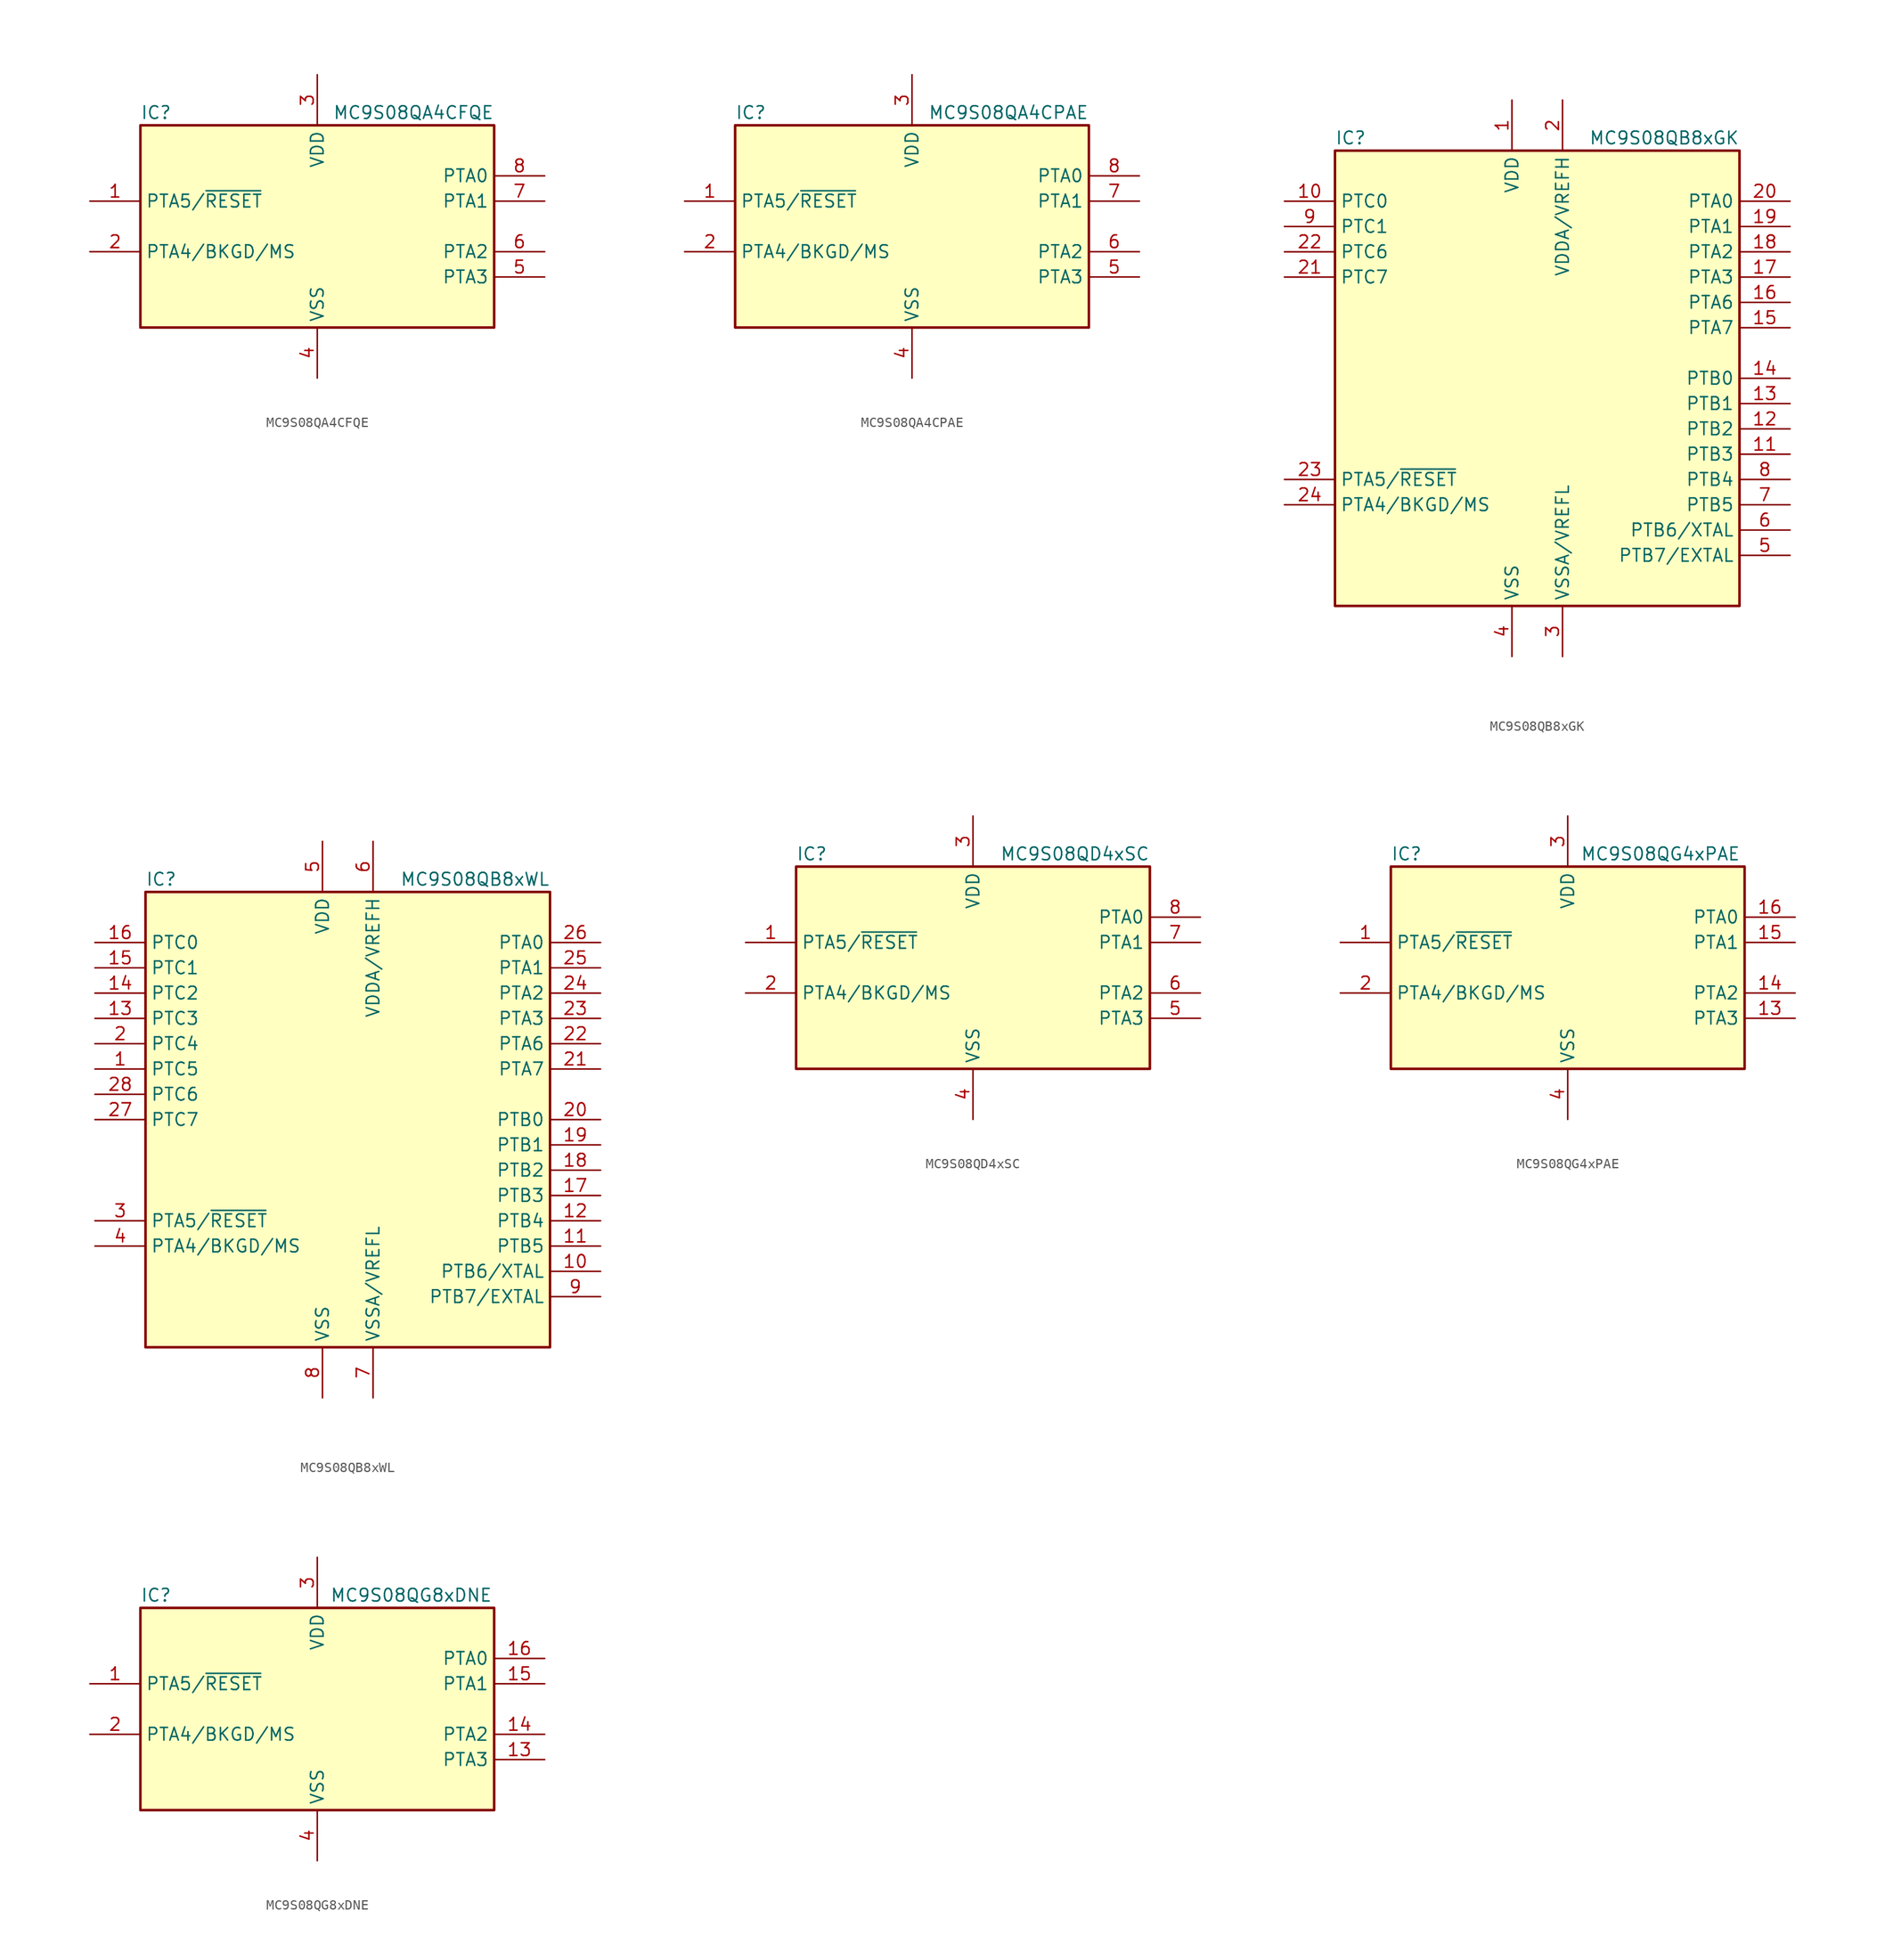
<source format=kicad_sym>
(kicad_symbol_lib
  (version 20211014)
  (generator kicad_symbol_editor)
  (symbol "MC9S08QA4CFQE"
    (property "Reference" "IC"
      (at -17.78 11.43 0)
      (effects (font (size 1.27 1.27)) (justify left)))
    (property "Value" "MC9S08QA4CFQE"
      (at 17.78 11.43 0)
      (effects (font (size 1.27 1.27)) (justify right)))
    (symbol "MC9S08QA4CFQE_0_1"
      (rectangle (start -17.78 10.16) (end 17.78 -10.16) (stroke (width 0.254) (type default) (color 0 0 0 0)) (fill (type background))))
    (symbol "MC9S08QA4CFQE_1_1"
      (pin bidirectional line (at -22.86 2.54 0) (length 5.08) (name "PTA5/~{RESET}" (effects (font (size 1.27 1.27)))) (number "1" (effects (font (size 1.27 1.27)))))
      (pin bidirectional line (at -22.86 -2.54 0) (length 5.08) (name "PTA4/BKGD/MS" (effects (font (size 1.27 1.27)))) (number "2" (effects (font (size 1.27 1.27)))))
      (pin power_in line (at 0 15.24 270) (length 5.08) (name "VDD" (effects (font (size 1.27 1.27)))) (number "3" (effects (font (size 1.27 1.27)))))
      (pin power_in line (at 0 -15.24 90) (length 5.08) (name "VSS" (effects (font (size 1.27 1.27)))) (number "4" (effects (font (size 1.27 1.27)))))
      (pin bidirectional line (at 22.86 -5.08 180) (length 5.08) (name "PTA3" (effects (font (size 1.27 1.27)))) (number "5" (effects (font (size 1.27 1.27)))))
      (pin bidirectional line (at 22.86 -2.54 180) (length 5.08) (name "PTA2" (effects (font (size 1.27 1.27)))) (number "6" (effects (font (size 1.27 1.27)))))
      (pin bidirectional line (at 22.86 2.54 180) (length 5.08) (name "PTA1" (effects (font (size 1.27 1.27)))) (number "7" (effects (font (size 1.27 1.27)))))
      (pin bidirectional line (at 22.86 5.08 180) (length 5.08) (name "PTA0" (effects (font (size 1.27 1.27)))) (number "8" (effects (font (size 1.27 1.27)))))))
  (symbol "MC9S08QA4CPAE"
    (property "Reference" "IC"
      (at -17.78 11.43 0)
      (effects (font (size 1.27 1.27)) (justify left)))
    (property "Value" "MC9S08QA4CPAE"
      (at 17.78 11.43 0)
      (effects (font (size 1.27 1.27)) (justify right)))
    (symbol "MC9S08QA4CPAE_0_1"
      (rectangle (start -17.78 10.16) (end 17.78 -10.16) (stroke (width 0.254) (type default) (color 0 0 0 0)) (fill (type background))))
    (symbol "MC9S08QA4CPAE_1_1"
      (pin bidirectional line (at -22.86 2.54 0) (length 5.08) (name "PTA5/~{RESET}" (effects (font (size 1.27 1.27)))) (number "1" (effects (font (size 1.27 1.27)))))
      (pin bidirectional line (at -22.86 -2.54 0) (length 5.08) (name "PTA4/BKGD/MS" (effects (font (size 1.27 1.27)))) (number "2" (effects (font (size 1.27 1.27)))))
      (pin power_in line (at 0 15.24 270) (length 5.08) (name "VDD" (effects (font (size 1.27 1.27)))) (number "3" (effects (font (size 1.27 1.27)))))
      (pin power_in line (at 0 -15.24 90) (length 5.08) (name "VSS" (effects (font (size 1.27 1.27)))) (number "4" (effects (font (size 1.27 1.27)))))
      (pin bidirectional line (at 22.86 -5.08 180) (length 5.08) (name "PTA3" (effects (font (size 1.27 1.27)))) (number "5" (effects (font (size 1.27 1.27)))))
      (pin bidirectional line (at 22.86 -2.54 180) (length 5.08) (name "PTA2" (effects (font (size 1.27 1.27)))) (number "6" (effects (font (size 1.27 1.27)))))
      (pin bidirectional line (at 22.86 2.54 180) (length 5.08) (name "PTA1" (effects (font (size 1.27 1.27)))) (number "7" (effects (font (size 1.27 1.27)))))
      (pin bidirectional line (at 22.86 5.08 180) (length 5.08) (name "PTA0" (effects (font (size 1.27 1.27)))) (number "8" (effects (font (size 1.27 1.27)))))))
  (symbol "MC9S08QB8xGK"
    (property "Reference" "IC"
      (at -20.32 24.13 0)
      (effects (font (size 1.27 1.27)) (justify left)))
    (property "Value" "MC9S08QB8xGK"
      (at 20.32 24.13 0)
      (effects (font (size 1.27 1.27)) (justify right)))
    (symbol "MC9S08QB8xGK_0_1"
      (rectangle (start -20.32 22.86) (end 20.32 -22.86) (stroke (width 0.254) (type default) (color 0 0 0 0)) (fill (type background))))
    (symbol "MC9S08QB8xGK_1_1"
      (pin power_in line (at -2.54 27.94 270) (length 5.08) (name "VDD" (effects (font (size 1.27 1.27)))) (number "1" (effects (font (size 1.27 1.27)))))
      (pin bidirectional line (at -25.4 17.78 0) (length 5.08) (name "PTC0" (effects (font (size 1.27 1.27)))) (number "10" (effects (font (size 1.27 1.27)))))
      (pin bidirectional line (at 25.4 -7.62 180) (length 5.08) (name "PTB3" (effects (font (size 1.27 1.27)))) (number "11" (effects (font (size 1.27 1.27)))))
      (pin bidirectional line (at 25.4 -5.08 180) (length 5.08) (name "PTB2" (effects (font (size 1.27 1.27)))) (number "12" (effects (font (size 1.27 1.27)))))
      (pin bidirectional line (at 25.4 -2.54 180) (length 5.08) (name "PTB1" (effects (font (size 1.27 1.27)))) (number "13" (effects (font (size 1.27 1.27)))))
      (pin bidirectional line (at 25.4 0 180) (length 5.08) (name "PTB0" (effects (font (size 1.27 1.27)))) (number "14" (effects (font (size 1.27 1.27)))))
      (pin bidirectional line (at 25.4 5.08 180) (length 5.08) (name "PTA7" (effects (font (size 1.27 1.27)))) (number "15" (effects (font (size 1.27 1.27)))))
      (pin bidirectional line (at 25.4 7.62 180) (length 5.08) (name "PTA6" (effects (font (size 1.27 1.27)))) (number "16" (effects (font (size 1.27 1.27)))))
      (pin bidirectional line (at 25.4 10.16 180) (length 5.08) (name "PTA3" (effects (font (size 1.27 1.27)))) (number "17" (effects (font (size 1.27 1.27)))))
      (pin bidirectional line (at 25.4 12.7 180) (length 5.08) (name "PTA2" (effects (font (size 1.27 1.27)))) (number "18" (effects (font (size 1.27 1.27)))))
      (pin bidirectional line (at 25.4 15.24 180) (length 5.08) (name "PTA1" (effects (font (size 1.27 1.27)))) (number "19" (effects (font (size 1.27 1.27)))))
      (pin power_in line (at 2.54 27.94 270) (length 5.08) (name "VDDA/VREFH" (effects (font (size 1.27 1.27)))) (number "2" (effects (font (size 1.27 1.27)))))
      (pin bidirectional line (at 25.4 17.78 180) (length 5.08) (name "PTA0" (effects (font (size 1.27 1.27)))) (number "20" (effects (font (size 1.27 1.27)))))
      (pin bidirectional line (at -25.4 10.16 0) (length 5.08) (name "PTC7" (effects (font (size 1.27 1.27)))) (number "21" (effects (font (size 1.27 1.27)))))
      (pin bidirectional line (at -25.4 12.7 0) (length 5.08) (name "PTC6" (effects (font (size 1.27 1.27)))) (number "22" (effects (font (size 1.27 1.27)))))
      (pin bidirectional line (at -25.4 -10.16 0) (length 5.08) (name "PTA5/~{RESET}" (effects (font (size 1.27 1.27)))) (number "23" (effects (font (size 1.27 1.27)))))
      (pin bidirectional line (at -25.4 -12.7 0) (length 5.08) (name "PTA4/BKGD/MS" (effects (font (size 1.27 1.27)))) (number "24" (effects (font (size 1.27 1.27)))))
      (pin power_in line (at 2.54 -27.94 90) (length 5.08) (name "VSSA/VREFL" (effects (font (size 1.27 1.27)))) (number "3" (effects (font (size 1.27 1.27)))))
      (pin power_in line (at -2.54 -27.94 90) (length 5.08) (name "VSS" (effects (font (size 1.27 1.27)))) (number "4" (effects (font (size 1.27 1.27)))))
      (pin bidirectional line (at 25.4 -17.78 180) (length 5.08) (name "PTB7/EXTAL" (effects (font (size 1.27 1.27)))) (number "5" (effects (font (size 1.27 1.27)))))
      (pin bidirectional line (at 25.4 -15.24 180) (length 5.08) (name "PTB6/XTAL" (effects (font (size 1.27 1.27)))) (number "6" (effects (font (size 1.27 1.27)))))
      (pin bidirectional line (at 25.4 -12.7 180) (length 5.08) (name "PTB5" (effects (font (size 1.27 1.27)))) (number "7" (effects (font (size 1.27 1.27)))))
      (pin bidirectional line (at 25.4 -10.16 180) (length 5.08) (name "PTB4" (effects (font (size 1.27 1.27)))) (number "8" (effects (font (size 1.27 1.27)))))
      (pin bidirectional line (at -25.4 15.24 0) (length 5.08) (name "PTC1" (effects (font (size 1.27 1.27)))) (number "9" (effects (font (size 1.27 1.27)))))))
  (symbol "MC9S08QB8xWL"
    (property "Reference" "IC"
      (at -20.32 24.13 0)
      (effects (font (size 1.27 1.27)) (justify left)))
    (property "Value" "MC9S08QB8xWL"
      (at 20.32 24.13 0)
      (effects (font (size 1.27 1.27)) (justify right)))
    (symbol "MC9S08QB8xWL_0_1"
      (rectangle (start -20.32 22.86) (end 20.32 -22.86) (stroke (width 0.254) (type default) (color 0 0 0 0)) (fill (type background))))
    (symbol "MC9S08QB8xWL_1_1"
      (pin bidirectional line (at -25.4 5.08 0) (length 5.08) (name "PTC5" (effects (font (size 1.27 1.27)))) (number "1" (effects (font (size 1.27 1.27)))))
      (pin bidirectional line (at 25.4 -15.24 180) (length 5.08) (name "PTB6/XTAL" (effects (font (size 1.27 1.27)))) (number "10" (effects (font (size 1.27 1.27)))))
      (pin bidirectional line (at 25.4 -12.7 180) (length 5.08) (name "PTB5" (effects (font (size 1.27 1.27)))) (number "11" (effects (font (size 1.27 1.27)))))
      (pin bidirectional line (at 25.4 -10.16 180) (length 5.08) (name "PTB4" (effects (font (size 1.27 1.27)))) (number "12" (effects (font (size 1.27 1.27)))))
      (pin bidirectional line (at -25.4 10.16 0) (length 5.08) (name "PTC3" (effects (font (size 1.27 1.27)))) (number "13" (effects (font (size 1.27 1.27)))))
      (pin bidirectional line (at -25.4 12.7 0) (length 5.08) (name "PTC2" (effects (font (size 1.27 1.27)))) (number "14" (effects (font (size 1.27 1.27)))))
      (pin bidirectional line (at -25.4 15.24 0) (length 5.08) (name "PTC1" (effects (font (size 1.27 1.27)))) (number "15" (effects (font (size 1.27 1.27)))))
      (pin bidirectional line (at -25.4 17.78 0) (length 5.08) (name "PTC0" (effects (font (size 1.27 1.27)))) (number "16" (effects (font (size 1.27 1.27)))))
      (pin bidirectional line (at 25.4 -7.62 180) (length 5.08) (name "PTB3" (effects (font (size 1.27 1.27)))) (number "17" (effects (font (size 1.27 1.27)))))
      (pin bidirectional line (at 25.4 -5.08 180) (length 5.08) (name "PTB2" (effects (font (size 1.27 1.27)))) (number "18" (effects (font (size 1.27 1.27)))))
      (pin bidirectional line (at 25.4 -2.54 180) (length 5.08) (name "PTB1" (effects (font (size 1.27 1.27)))) (number "19" (effects (font (size 1.27 1.27)))))
      (pin bidirectional line (at -25.4 7.62 0) (length 5.08) (name "PTC4" (effects (font (size 1.27 1.27)))) (number "2" (effects (font (size 1.27 1.27)))))
      (pin bidirectional line (at 25.4 0 180) (length 5.08) (name "PTB0" (effects (font (size 1.27 1.27)))) (number "20" (effects (font (size 1.27 1.27)))))
      (pin bidirectional line (at 25.4 5.08 180) (length 5.08) (name "PTA7" (effects (font (size 1.27 1.27)))) (number "21" (effects (font (size 1.27 1.27)))))
      (pin bidirectional line (at 25.4 7.62 180) (length 5.08) (name "PTA6" (effects (font (size 1.27 1.27)))) (number "22" (effects (font (size 1.27 1.27)))))
      (pin bidirectional line (at 25.4 10.16 180) (length 5.08) (name "PTA3" (effects (font (size 1.27 1.27)))) (number "23" (effects (font (size 1.27 1.27)))))
      (pin bidirectional line (at 25.4 12.7 180) (length 5.08) (name "PTA2" (effects (font (size 1.27 1.27)))) (number "24" (effects (font (size 1.27 1.27)))))
      (pin bidirectional line (at 25.4 15.24 180) (length 5.08) (name "PTA1" (effects (font (size 1.27 1.27)))) (number "25" (effects (font (size 1.27 1.27)))))
      (pin bidirectional line (at 25.4 17.78 180) (length 5.08) (name "PTA0" (effects (font (size 1.27 1.27)))) (number "26" (effects (font (size 1.27 1.27)))))
      (pin bidirectional line (at -25.4 0 0) (length 5.08) (name "PTC7" (effects (font (size 1.27 1.27)))) (number "27" (effects (font (size 1.27 1.27)))))
      (pin bidirectional line (at -25.4 2.54 0) (length 5.08) (name "PTC6" (effects (font (size 1.27 1.27)))) (number "28" (effects (font (size 1.27 1.27)))))
      (pin bidirectional line (at -25.4 -10.16 0) (length 5.08) (name "PTA5/~{RESET}" (effects (font (size 1.27 1.27)))) (number "3" (effects (font (size 1.27 1.27)))))
      (pin bidirectional line (at -25.4 -12.7 0) (length 5.08) (name "PTA4/BKGD/MS" (effects (font (size 1.27 1.27)))) (number "4" (effects (font (size 1.27 1.27)))))
      (pin power_in line (at -2.54 27.94 270) (length 5.08) (name "VDD" (effects (font (size 1.27 1.27)))) (number "5" (effects (font (size 1.27 1.27)))))
      (pin power_in line (at 2.54 27.94 270) (length 5.08) (name "VDDA/VREFH" (effects (font (size 1.27 1.27)))) (number "6" (effects (font (size 1.27 1.27)))))
      (pin power_in line (at 2.54 -27.94 90) (length 5.08) (name "VSSA/VREFL" (effects (font (size 1.27 1.27)))) (number "7" (effects (font (size 1.27 1.27)))))
      (pin power_in line (at -2.54 -27.94 90) (length 5.08) (name "VSS" (effects (font (size 1.27 1.27)))) (number "8" (effects (font (size 1.27 1.27)))))
      (pin bidirectional line (at 25.4 -17.78 180) (length 5.08) (name "PTB7/EXTAL" (effects (font (size 1.27 1.27)))) (number "9" (effects (font (size 1.27 1.27)))))))
  (symbol "MC9S08QD4xSC"
    (property "Reference" "IC"
      (at -17.78 11.43 0)
      (effects (font (size 1.27 1.27)) (justify left)))
    (property "Value" "MC9S08QD4xSC"
      (at 17.78 11.43 0)
      (effects (font (size 1.27 1.27)) (justify right)))
    (symbol "MC9S08QD4xSC_0_1"
      (rectangle (start -17.78 10.16) (end 17.78 -10.16) (stroke (width 0.254) (type default) (color 0 0 0 0)) (fill (type background))))
    (symbol "MC9S08QD4xSC_1_1"
      (pin bidirectional line (at -22.86 2.54 0) (length 5.08) (name "PTA5/~{RESET}" (effects (font (size 1.27 1.27)))) (number "1" (effects (font (size 1.27 1.27)))))
      (pin bidirectional line (at -22.86 -2.54 0) (length 5.08) (name "PTA4/BKGD/MS" (effects (font (size 1.27 1.27)))) (number "2" (effects (font (size 1.27 1.27)))))
      (pin power_in line (at 0 15.24 270) (length 5.08) (name "VDD" (effects (font (size 1.27 1.27)))) (number "3" (effects (font (size 1.27 1.27)))))
      (pin power_in line (at 0 -15.24 90) (length 5.08) (name "VSS" (effects (font (size 1.27 1.27)))) (number "4" (effects (font (size 1.27 1.27)))))
      (pin bidirectional line (at 22.86 -5.08 180) (length 5.08) (name "PTA3" (effects (font (size 1.27 1.27)))) (number "5" (effects (font (size 1.27 1.27)))))
      (pin bidirectional line (at 22.86 -2.54 180) (length 5.08) (name "PTA2" (effects (font (size 1.27 1.27)))) (number "6" (effects (font (size 1.27 1.27)))))
      (pin bidirectional line (at 22.86 2.54 180) (length 5.08) (name "PTA1" (effects (font (size 1.27 1.27)))) (number "7" (effects (font (size 1.27 1.27)))))
      (pin bidirectional line (at 22.86 5.08 180) (length 5.08) (name "PTA0" (effects (font (size 1.27 1.27)))) (number "8" (effects (font (size 1.27 1.27)))))))
  (symbol "MC9S08QG4xPAE"
    (property "Reference" "IC"
      (at -17.78 11.43 0)
      (effects (font (size 1.27 1.27)) (justify left)))
    (property "Value" "MC9S08QG4xPAE"
      (at 1.27 11.43 0)
      (effects (font (size 1.27 1.27)) (justify left)))
    (symbol "MC9S08QG4xPAE_0_1"
      (rectangle (start -17.78 10.16) (end 17.78 -10.16) (stroke (width 0.254) (type default) (color 0 0 0 0)) (fill (type background))))
    (symbol "MC9S08QG4xPAE_1_1"
      (pin bidirectional line (at -22.86 2.54 0) (length 5.08) (name "PTA5/~{RESET}" (effects (font (size 1.27 1.27)))) (number "1" (effects (font (size 1.27 1.27)))))
      (pin bidirectional line (at 22.86 -5.08 180) (length 5.08) (name "PTA3" (effects (font (size 1.27 1.27)))) (number "13" (effects (font (size 1.27 1.27)))))
      (pin bidirectional line (at 22.86 -2.54 180) (length 5.08) (name "PTA2" (effects (font (size 1.27 1.27)))) (number "14" (effects (font (size 1.27 1.27)))))
      (pin bidirectional line (at 22.86 2.54 180) (length 5.08) (name "PTA1" (effects (font (size 1.27 1.27)))) (number "15" (effects (font (size 1.27 1.27)))))
      (pin bidirectional line (at 22.86 5.08 180) (length 5.08) (name "PTA0" (effects (font (size 1.27 1.27)))) (number "16" (effects (font (size 1.27 1.27)))))
      (pin bidirectional line (at -22.86 -2.54 0) (length 5.08) (name "PTA4/BKGD/MS" (effects (font (size 1.27 1.27)))) (number "2" (effects (font (size 1.27 1.27)))))
      (pin power_in line (at 0 15.24 270) (length 5.08) (name "VDD" (effects (font (size 1.27 1.27)))) (number "3" (effects (font (size 1.27 1.27)))))
      (pin power_in line (at 0 -15.24 90) (length 5.08) (name "VSS" (effects (font (size 1.27 1.27)))) (number "4" (effects (font (size 1.27 1.27)))))))
  (symbol "MC9S08QG8xDNE"
    (property "Reference" "IC"
      (at -17.78 11.43 0)
      (effects (font (size 1.27 1.27)) (justify left)))
    (property "Value" "MC9S08QG8xDNE"
      (at 1.27 11.43 0)
      (effects (font (size 1.27 1.27)) (justify left)))
    (symbol "MC9S08QG8xDNE_0_1"
      (rectangle (start -17.78 10.16) (end 17.78 -10.16) (stroke (width 0.254) (type default) (color 0 0 0 0)) (fill (type background))))
    (symbol "MC9S08QG8xDNE_1_1"
      (pin bidirectional line (at -22.86 2.54 0) (length 5.08) (name "PTA5/~{RESET}" (effects (font (size 1.27 1.27)))) (number "1" (effects (font (size 1.27 1.27)))))
      (pin bidirectional line (at 22.86 -5.08 180) (length 5.08) (name "PTA3" (effects (font (size 1.27 1.27)))) (number "13" (effects (font (size 1.27 1.27)))))
      (pin bidirectional line (at 22.86 -2.54 180) (length 5.08) (name "PTA2" (effects (font (size 1.27 1.27)))) (number "14" (effects (font (size 1.27 1.27)))))
      (pin bidirectional line (at 22.86 2.54 180) (length 5.08) (name "PTA1" (effects (font (size 1.27 1.27)))) (number "15" (effects (font (size 1.27 1.27)))))
      (pin bidirectional line (at 22.86 5.08 180) (length 5.08) (name "PTA0" (effects (font (size 1.27 1.27)))) (number "16" (effects (font (size 1.27 1.27)))))
      (pin bidirectional line (at -22.86 -2.54 0) (length 5.08) (name "PTA4/BKGD/MS" (effects (font (size 1.27 1.27)))) (number "2" (effects (font (size 1.27 1.27)))))
      (pin power_in line (at 0 15.24 270) (length 5.08) (name "VDD" (effects (font (size 1.27 1.27)))) (number "3" (effects (font (size 1.27 1.27)))))
      (pin power_in line (at 0 -15.24 90) (length 5.08) (name "VSS" (effects (font (size 1.27 1.27)))) (number "4" (effects (font (size 1.27 1.27))))))))
</source>
